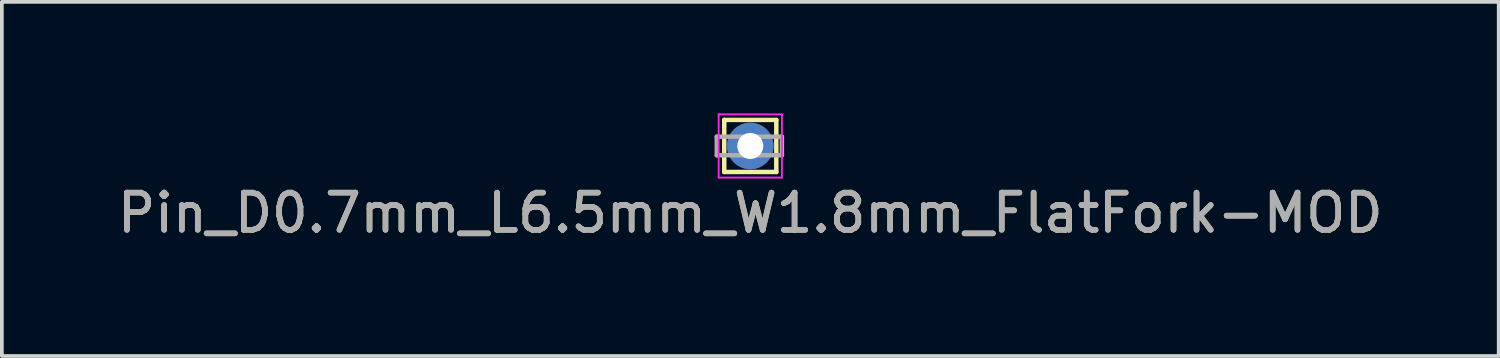
<source format=kicad_pcb>
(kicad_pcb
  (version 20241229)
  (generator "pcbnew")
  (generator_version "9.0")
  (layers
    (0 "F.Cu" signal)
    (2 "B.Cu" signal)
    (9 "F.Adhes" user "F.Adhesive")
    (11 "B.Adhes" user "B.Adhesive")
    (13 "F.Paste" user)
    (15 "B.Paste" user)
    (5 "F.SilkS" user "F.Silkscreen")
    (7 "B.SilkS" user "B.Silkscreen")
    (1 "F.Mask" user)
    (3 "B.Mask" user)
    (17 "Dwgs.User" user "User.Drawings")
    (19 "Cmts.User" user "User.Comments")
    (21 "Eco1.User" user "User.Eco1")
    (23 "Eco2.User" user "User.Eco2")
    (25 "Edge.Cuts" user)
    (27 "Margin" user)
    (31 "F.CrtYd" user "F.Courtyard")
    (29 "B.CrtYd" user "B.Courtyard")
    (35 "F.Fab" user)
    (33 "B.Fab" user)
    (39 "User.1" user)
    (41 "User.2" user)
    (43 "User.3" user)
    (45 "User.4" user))
  (footprint "Pin_D0.7mm_L6.5mm_W1.8mm_FlatFork-MOD"
    (layer "F.Cu")
    (at 17.125 0.875)
    (property "Reference" "Pin_D0.7mm_L6.5mm_W1.8mm_FlatFork-MOD" (at 0 1.8 0) (layer "F.SilkS") (effects (font (size 1 1) (thickness 0.15))))
    (attr through_hole)
    (fp_line (start -0.7 -0.7) (end -0.7 0.7) (stroke (width 0.12) (type solid)) (layer "F.SilkS"))
    (fp_line (start -0.7 0.7) (end 0.7 0.7) (stroke (width 0.12) (type solid)) (layer "F.SilkS"))
    (fp_line (start 0.7 -0.7) (end -0.7 -0.7) (stroke (width 0.12) (type solid)) (layer "F.SilkS"))
    (fp_line (start 0.7 0.7) (end 0.7 -0.7) (stroke (width 0.12) (type solid)) (layer "F.SilkS"))
    (fp_line (start -0.85 -0.85) (end -0.85 0.85) (stroke (width 0.05) (type solid)) (layer "F.CrtYd"))
    (fp_line (start -0.85 -0.85) (end 0.85 -0.85) (stroke (width 0.05) (type solid)) (layer "F.CrtYd"))
    (fp_line (start 0.85 0.85) (end -0.85 0.85) (stroke (width 0.05) (type solid)) (layer "F.CrtYd"))
    (fp_line (start 0.85 0.85) (end 0.85 -0.85) (stroke (width 0.05) (type solid)) (layer "F.CrtYd"))
    (fp_line (start -0.9 -0.25) (end 0.85 -0.25) (stroke (width 0.12) (type solid)) (layer "F.Fab"))
    (fp_line (start -0.9 0.25) (end -0.9 -0.25) (stroke (width 0.12) (type solid)) (layer "F.Fab"))
    (fp_line (start 0.85 -0.25) (end 0.85 0.25) (stroke (width 0.12) (type solid)) (layer "F.Fab"))
    (fp_line (start 0.85 0.25) (end -0.9 0.25) (stroke (width 0.12) (type solid)) (layer "F.Fab"))
    (fp_text user "${REFERENCE}" (at 0 1.8 0) (layer "F.Fab") (effects (font (size 1 1) (thickness 0.15))))
    (pad "1" thru_hole circle (at 0 0) (size 1.25 1.25) (drill 0.7) (layers "*.Cu" "*.Mask")))
  (gr_rect
    (start -3 -3)
    (end 37.25 6.523)
    (stroke (width 0.1) (type default))
    (fill no)
    (layer "Edge.Cuts")))
</source>
